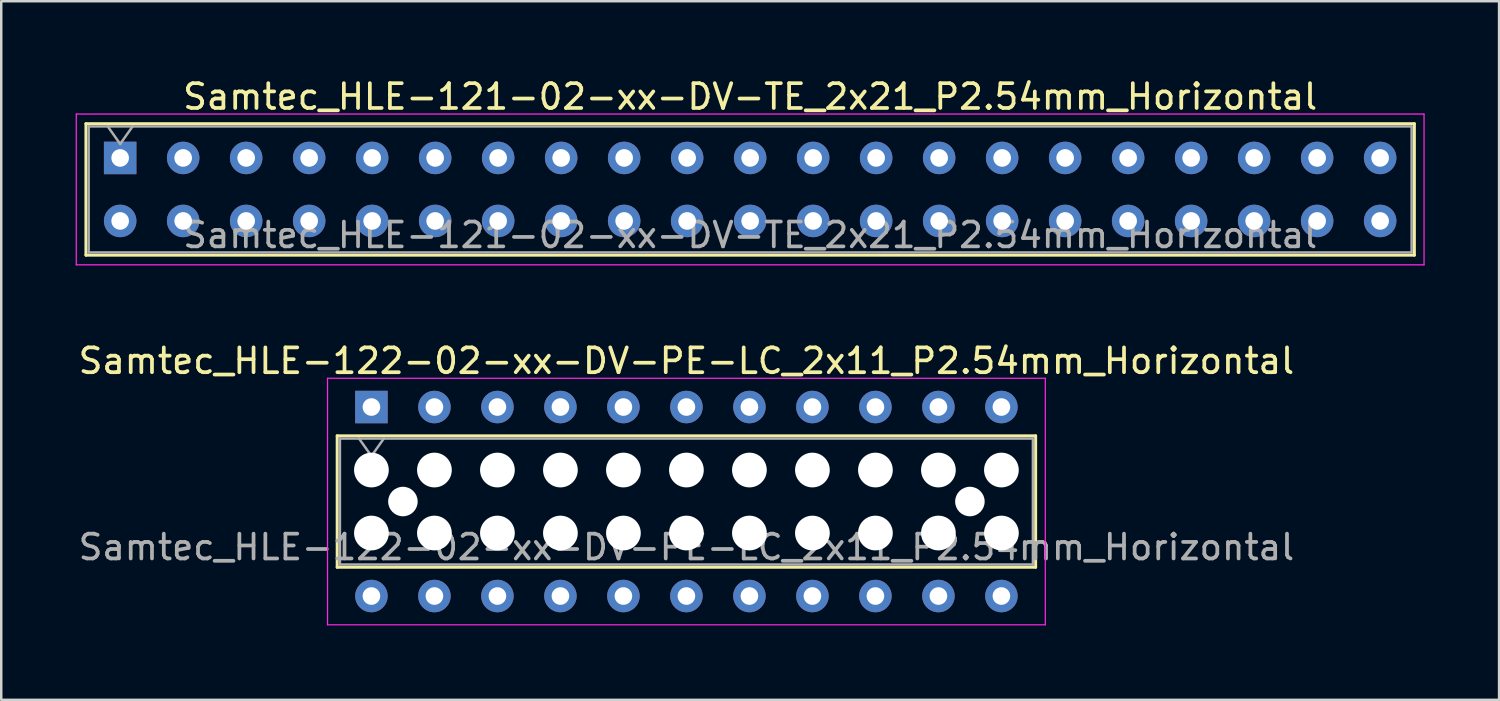
<source format=kicad_pcb>
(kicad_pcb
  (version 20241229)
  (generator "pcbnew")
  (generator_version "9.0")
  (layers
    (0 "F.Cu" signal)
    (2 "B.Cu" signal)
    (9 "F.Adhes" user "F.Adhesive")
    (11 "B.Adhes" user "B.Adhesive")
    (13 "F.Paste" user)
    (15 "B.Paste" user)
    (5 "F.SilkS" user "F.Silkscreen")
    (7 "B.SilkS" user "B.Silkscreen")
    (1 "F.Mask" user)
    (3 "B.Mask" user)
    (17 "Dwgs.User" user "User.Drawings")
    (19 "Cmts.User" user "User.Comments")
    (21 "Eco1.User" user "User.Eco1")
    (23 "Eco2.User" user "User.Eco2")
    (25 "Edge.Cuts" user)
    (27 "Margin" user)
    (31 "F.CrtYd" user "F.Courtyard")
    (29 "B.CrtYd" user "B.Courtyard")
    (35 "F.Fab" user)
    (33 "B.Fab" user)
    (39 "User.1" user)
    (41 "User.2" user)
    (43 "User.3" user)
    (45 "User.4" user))
  (footprint "Samtec_HLE-121-02-xx-DV-TE_2x21_P2.54mm_Horizontal"
    (layer "F.Cu")
    (at 1.795 3.318)
    (property "Reference" "Samtec_HLE-121-02-xx-DV-TE_2x21_P2.54mm_Horizontal" (at 25.4 -2.47 0) (layer "F.SilkS") (effects (font (size 1 1) (thickness 0.15))))
    (attr through_hole)
    (fp_line (start -1.38 -1.38) (end 52.18 -1.38) (stroke (width 0.12) (type solid)) (layer "F.SilkS"))
    (fp_line (start -1.38 3.92) (end -1.38 -1.38) (stroke (width 0.12) (type solid)) (layer "F.SilkS"))
    (fp_line (start 52.18 -1.38) (end 52.18 3.92) (stroke (width 0.12) (type solid)) (layer "F.SilkS"))
    (fp_line (start 52.18 3.92) (end -1.38 3.92) (stroke (width 0.12) (type solid)) (layer "F.SilkS"))
    (fp_line (start -1.77 -1.77) (end 52.57 -1.77) (stroke (width 0.05) (type solid)) (layer "F.CrtYd"))
    (fp_line (start -1.77 4.31) (end -1.77 -1.77) (stroke (width 0.05) (type solid)) (layer "F.CrtYd"))
    (fp_line (start 52.57 -1.77) (end 52.57 4.31) (stroke (width 0.05) (type solid)) (layer "F.CrtYd"))
    (fp_line (start 52.57 4.31) (end -1.77 4.31) (stroke (width 0.05) (type solid)) (layer "F.CrtYd"))
    (fp_line (start -1.27 -1.27) (end 52.07 -1.27) (stroke (width 0.1) (type solid)) (layer "F.Fab"))
    (fp_line (start -1.27 3.81) (end -1.27 -1.27) (stroke (width 0.1) (type solid)) (layer "F.Fab"))
    (fp_line (start -0.5 -1.27) (end 0 -0.563) (stroke (width 0.1) (type solid)) (layer "F.Fab"))
    (fp_line (start 0 -0.563) (end 0.5 -1.27) (stroke (width 0.1) (type solid)) (layer "F.Fab"))
    (fp_line (start 52.07 -1.27) (end 52.07 3.81) (stroke (width 0.1) (type solid)) (layer "F.Fab"))
    (fp_line (start 52.07 3.81) (end -1.27 3.81) (stroke (width 0.1) (type solid)) (layer "F.Fab"))
    (fp_text user "${REFERENCE}" (at 25.4 3.11 0) (layer "F.Fab") (effects (font (size 1 1) (thickness 0.15))))
    (pad "1" thru_hole rect (at 0 0) (size 1.31 1.31) (drill 0.71) (layers "*.Cu" "*.Mask"))
    (pad "2" thru_hole circle (at 0 2.54) (size 1.31 1.31) (drill 0.71) (layers "*.Cu" "*.Mask"))
    (pad "3" thru_hole circle (at 2.54 0) (size 1.31 1.31) (drill 0.71) (layers "*.Cu" "*.Mask"))
    (pad "4" thru_hole circle (at 2.54 2.54) (size 1.31 1.31) (drill 0.71) (layers "*.Cu" "*.Mask"))
    (pad "5" thru_hole circle (at 5.08 0) (size 1.31 1.31) (drill 0.71) (layers "*.Cu" "*.Mask"))
    (pad "6" thru_hole circle (at 5.08 2.54) (size 1.31 1.31) (drill 0.71) (layers "*.Cu" "*.Mask"))
    (pad "7" thru_hole circle (at 7.62 0) (size 1.31 1.31) (drill 0.71) (layers "*.Cu" "*.Mask"))
    (pad "8" thru_hole circle (at 7.62 2.54) (size 1.31 1.31) (drill 0.71) (layers "*.Cu" "*.Mask"))
    (pad "9" thru_hole circle (at 10.16 0) (size 1.31 1.31) (drill 0.71) (layers "*.Cu" "*.Mask"))
    (pad "10" thru_hole circle (at 10.16 2.54) (size 1.31 1.31) (drill 0.71) (layers "*.Cu" "*.Mask"))
    (pad "11" thru_hole circle (at 12.7 0) (size 1.31 1.31) (drill 0.71) (layers "*.Cu" "*.Mask"))
    (pad "12" thru_hole circle (at 12.7 2.54) (size 1.31 1.31) (drill 0.71) (layers "*.Cu" "*.Mask"))
    (pad "13" thru_hole circle (at 15.24 0) (size 1.31 1.31) (drill 0.71) (layers "*.Cu" "*.Mask"))
    (pad "14" thru_hole circle (at 15.24 2.54) (size 1.31 1.31) (drill 0.71) (layers "*.Cu" "*.Mask"))
    (pad "15" thru_hole circle (at 17.78 0) (size 1.31 1.31) (drill 0.71) (layers "*.Cu" "*.Mask"))
    (pad "16" thru_hole circle (at 17.78 2.54) (size 1.31 1.31) (drill 0.71) (layers "*.Cu" "*.Mask"))
    (pad "17" thru_hole circle (at 20.32 0) (size 1.31 1.31) (drill 0.71) (layers "*.Cu" "*.Mask"))
    (pad "18" thru_hole circle (at 20.32 2.54) (size 1.31 1.31) (drill 0.71) (layers "*.Cu" "*.Mask"))
    (pad "19" thru_hole circle (at 22.86 0) (size 1.31 1.31) (drill 0.71) (layers "*.Cu" "*.Mask"))
    (pad "20" thru_hole circle (at 22.86 2.54) (size 1.31 1.31) (drill 0.71) (layers "*.Cu" "*.Mask"))
    (pad "21" thru_hole circle (at 25.4 0) (size 1.31 1.31) (drill 0.71) (layers "*.Cu" "*.Mask"))
    (pad "22" thru_hole circle (at 25.4 2.54) (size 1.31 1.31) (drill 0.71) (layers "*.Cu" "*.Mask"))
    (pad "23" thru_hole circle (at 27.94 0) (size 1.31 1.31) (drill 0.71) (layers "*.Cu" "*.Mask"))
    (pad "24" thru_hole circle (at 27.94 2.54) (size 1.31 1.31) (drill 0.71) (layers "*.Cu" "*.Mask"))
    (pad "25" thru_hole circle (at 30.48 0) (size 1.31 1.31) (drill 0.71) (layers "*.Cu" "*.Mask"))
    (pad "26" thru_hole circle (at 30.48 2.54) (size 1.31 1.31) (drill 0.71) (layers "*.Cu" "*.Mask"))
    (pad "27" thru_hole circle (at 33.02 0) (size 1.31 1.31) (drill 0.71) (layers "*.Cu" "*.Mask"))
    (pad "28" thru_hole circle (at 33.02 2.54) (size 1.31 1.31) (drill 0.71) (layers "*.Cu" "*.Mask"))
    (pad "29" thru_hole circle (at 35.56 0) (size 1.31 1.31) (drill 0.71) (layers "*.Cu" "*.Mask"))
    (pad "30" thru_hole circle (at 35.56 2.54) (size 1.31 1.31) (drill 0.71) (layers "*.Cu" "*.Mask"))
    (pad "31" thru_hole circle (at 38.1 0) (size 1.31 1.31) (drill 0.71) (layers "*.Cu" "*.Mask"))
    (pad "32" thru_hole circle (at 38.1 2.54) (size 1.31 1.31) (drill 0.71) (layers "*.Cu" "*.Mask"))
    (pad "33" thru_hole circle (at 40.64 0) (size 1.31 1.31) (drill 0.71) (layers "*.Cu" "*.Mask"))
    (pad "34" thru_hole circle (at 40.64 2.54) (size 1.31 1.31) (drill 0.71) (layers "*.Cu" "*.Mask"))
    (pad "35" thru_hole circle (at 43.18 0) (size 1.31 1.31) (drill 0.71) (layers "*.Cu" "*.Mask"))
    (pad "36" thru_hole circle (at 43.18 2.54) (size 1.31 1.31) (drill 0.71) (layers "*.Cu" "*.Mask"))
    (pad "37" thru_hole circle (at 45.72 0) (size 1.31 1.31) (drill 0.71) (layers "*.Cu" "*.Mask"))
    (pad "38" thru_hole circle (at 45.72 2.54) (size 1.31 1.31) (drill 0.71) (layers "*.Cu" "*.Mask"))
    (pad "39" thru_hole circle (at 48.26 0) (size 1.31 1.31) (drill 0.71) (layers "*.Cu" "*.Mask"))
    (pad "40" thru_hole circle (at 48.26 2.54) (size 1.31 1.31) (drill 0.71) (layers "*.Cu" "*.Mask"))
    (pad "41" thru_hole circle (at 50.8 0) (size 1.31 1.31) (drill 0.71) (layers "*.Cu" "*.Mask"))
    (pad "42" thru_hole circle (at 50.8 2.54) (size 1.31 1.31) (drill 0.71) (layers "*.Cu" "*.Mask")))
  (footprint "Samtec_HLE-122-02-xx-DV-PE-LC_2x11_P2.54mm_Horizontal"
    (layer "F.Cu")
    (at 11.925 13.361)
    (property "Reference" "Samtec_HLE-122-02-xx-DV-PE-LC_2x11_P2.54mm_Horizontal" (at 12.7 -1.86 0) (layer "F.SilkS") (effects (font (size 1 1) (thickness 0.15))))
    (attr through_hole)
    (fp_line (start -1.38 1.16) (end 26.78 1.16) (stroke (width 0.12) (type solid)) (layer "F.SilkS"))
    (fp_line (start -1.38 6.46) (end -1.38 1.16) (stroke (width 0.12) (type solid)) (layer "F.SilkS"))
    (fp_line (start 26.78 1.16) (end 26.78 6.46) (stroke (width 0.12) (type solid)) (layer "F.SilkS"))
    (fp_line (start 26.78 6.46) (end -1.38 6.46) (stroke (width 0.12) (type solid)) (layer "F.SilkS"))
    (fp_line (start -1.77 -1.16) (end 27.17 -1.16) (stroke (width 0.05) (type solid)) (layer "F.CrtYd"))
    (fp_line (start -1.77 8.78) (end -1.77 -1.16) (stroke (width 0.05) (type solid)) (layer "F.CrtYd"))
    (fp_line (start 27.17 -1.16) (end 27.17 8.78) (stroke (width 0.05) (type solid)) (layer "F.CrtYd"))
    (fp_line (start 27.17 8.78) (end -1.77 8.78) (stroke (width 0.05) (type solid)) (layer "F.CrtYd"))
    (fp_line (start -1.27 1.27) (end 26.67 1.27) (stroke (width 0.1) (type solid)) (layer "F.Fab"))
    (fp_line (start -1.27 6.35) (end -1.27 1.27) (stroke (width 0.1) (type solid)) (layer "F.Fab"))
    (fp_line (start -0.5 1.27) (end 0 1.977) (stroke (width 0.1) (type solid)) (layer "F.Fab"))
    (fp_line (start 0 1.977) (end 0.5 1.27) (stroke (width 0.1) (type solid)) (layer "F.Fab"))
    (fp_line (start 26.67 1.27) (end 26.67 6.35) (stroke (width 0.1) (type solid)) (layer "F.Fab"))
    (fp_line (start 26.67 6.35) (end -1.27 6.35) (stroke (width 0.1) (type solid)) (layer "F.Fab"))
    (fp_text user "${REFERENCE}" (at 12.7 5.65 0) (layer "F.Fab") (effects (font (size 1 1) (thickness 0.15))))
    (pad "" np_thru_hole circle (at 0 2.54) (size 1.4 1.4) (drill 1.4) (layers "*.Cu" "*.Mask"))
    (pad "" np_thru_hole circle (at 0 5.08) (size 1.4 1.4) (drill 1.4) (layers "*.Cu" "*.Mask"))
    (pad "" np_thru_hole circle (at 1.27 3.81) (size 1.19 1.19) (drill 1.19) (layers "*.Cu" "*.Mask"))
    (pad "" np_thru_hole circle (at 2.54 2.54) (size 1.4 1.4) (drill 1.4) (layers "*.Cu" "*.Mask"))
    (pad "" np_thru_hole circle (at 2.54 5.08) (size 1.4 1.4) (drill 1.4) (layers "*.Cu" "*.Mask"))
    (pad "" np_thru_hole circle (at 5.08 2.54) (size 1.4 1.4) (drill 1.4) (layers "*.Cu" "*.Mask"))
    (pad "" np_thru_hole circle (at 5.08 5.08) (size 1.4 1.4) (drill 1.4) (layers "*.Cu" "*.Mask"))
    (pad "" np_thru_hole circle (at 7.62 2.54) (size 1.4 1.4) (drill 1.4) (layers "*.Cu" "*.Mask"))
    (pad "" np_thru_hole circle (at 7.62 5.08) (size 1.4 1.4) (drill 1.4) (layers "*.Cu" "*.Mask"))
    (pad "" np_thru_hole circle (at 10.16 2.54) (size 1.4 1.4) (drill 1.4) (layers "*.Cu" "*.Mask"))
    (pad "" np_thru_hole circle (at 10.16 5.08) (size 1.4 1.4) (drill 1.4) (layers "*.Cu" "*.Mask"))
    (pad "" np_thru_hole circle (at 12.7 2.54) (size 1.4 1.4) (drill 1.4) (layers "*.Cu" "*.Mask"))
    (pad "" np_thru_hole circle (at 12.7 5.08) (size 1.4 1.4) (drill 1.4) (layers "*.Cu" "*.Mask"))
    (pad "" np_thru_hole circle (at 15.24 2.54) (size 1.4 1.4) (drill 1.4) (layers "*.Cu" "*.Mask"))
    (pad "" np_thru_hole circle (at 15.24 5.08) (size 1.4 1.4) (drill 1.4) (layers "*.Cu" "*.Mask"))
    (pad "" np_thru_hole circle (at 17.78 2.54) (size 1.4 1.4) (drill 1.4) (layers "*.Cu" "*.Mask"))
    (pad "" np_thru_hole circle (at 17.78 5.08) (size 1.4 1.4) (drill 1.4) (layers "*.Cu" "*.Mask"))
    (pad "" np_thru_hole circle (at 20.32 2.54) (size 1.4 1.4) (drill 1.4) (layers "*.Cu" "*.Mask"))
    (pad "" np_thru_hole circle (at 20.32 5.08) (size 1.4 1.4) (drill 1.4) (layers "*.Cu" "*.Mask"))
    (pad "" np_thru_hole circle (at 22.86 2.54) (size 1.4 1.4) (drill 1.4) (layers "*.Cu" "*.Mask"))
    (pad "" np_thru_hole circle (at 22.86 5.08) (size 1.4 1.4) (drill 1.4) (layers "*.Cu" "*.Mask"))
    (pad "" np_thru_hole circle (at 24.13 3.81) (size 1.19 1.19) (drill 1.19) (layers "*.Cu" "*.Mask"))
    (pad "" np_thru_hole circle (at 25.4 2.54) (size 1.4 1.4) (drill 1.4) (layers "*.Cu" "*.Mask"))
    (pad "" np_thru_hole circle (at 25.4 5.08) (size 1.4 1.4) (drill 1.4) (layers "*.Cu" "*.Mask"))
    (pad "1" thru_hole rect (at 0 0) (size 1.31 1.31) (drill 0.71) (layers "*.Cu" "*.Mask"))
    (pad "2" thru_hole circle (at 0 7.62) (size 1.31 1.31) (drill 0.71) (layers "*.Cu" "*.Mask"))
    (pad "3" thru_hole circle (at 2.54 0) (size 1.31 1.31) (drill 0.71) (layers "*.Cu" "*.Mask"))
    (pad "4" thru_hole circle (at 2.54 7.62) (size 1.31 1.31) (drill 0.71) (layers "*.Cu" "*.Mask"))
    (pad "5" thru_hole circle (at 5.08 0) (size 1.31 1.31) (drill 0.71) (layers "*.Cu" "*.Mask"))
    (pad "6" thru_hole circle (at 5.08 7.62) (size 1.31 1.31) (drill 0.71) (layers "*.Cu" "*.Mask"))
    (pad "7" thru_hole circle (at 7.62 0) (size 1.31 1.31) (drill 0.71) (layers "*.Cu" "*.Mask"))
    (pad "8" thru_hole circle (at 7.62 7.62) (size 1.31 1.31) (drill 0.71) (layers "*.Cu" "*.Mask"))
    (pad "9" thru_hole circle (at 10.16 0) (size 1.31 1.31) (drill 0.71) (layers "*.Cu" "*.Mask"))
    (pad "10" thru_hole circle (at 10.16 7.62) (size 1.31 1.31) (drill 0.71) (layers "*.Cu" "*.Mask"))
    (pad "11" thru_hole circle (at 12.7 0) (size 1.31 1.31) (drill 0.71) (layers "*.Cu" "*.Mask"))
    (pad "12" thru_hole circle (at 12.7 7.62) (size 1.31 1.31) (drill 0.71) (layers "*.Cu" "*.Mask"))
    (pad "13" thru_hole circle (at 15.24 0) (size 1.31 1.31) (drill 0.71) (layers "*.Cu" "*.Mask"))
    (pad "14" thru_hole circle (at 15.24 7.62) (size 1.31 1.31) (drill 0.71) (layers "*.Cu" "*.Mask"))
    (pad "15" thru_hole circle (at 17.78 0) (size 1.31 1.31) (drill 0.71) (layers "*.Cu" "*.Mask"))
    (pad "16" thru_hole circle (at 17.78 7.62) (size 1.31 1.31) (drill 0.71) (layers "*.Cu" "*.Mask"))
    (pad "17" thru_hole circle (at 20.32 0) (size 1.31 1.31) (drill 0.71) (layers "*.Cu" "*.Mask"))
    (pad "18" thru_hole circle (at 20.32 7.62) (size 1.31 1.31) (drill 0.71) (layers "*.Cu" "*.Mask"))
    (pad "19" thru_hole circle (at 22.86 0) (size 1.31 1.31) (drill 0.71) (layers "*.Cu" "*.Mask"))
    (pad "20" thru_hole circle (at 22.86 7.62) (size 1.31 1.31) (drill 0.71) (layers "*.Cu" "*.Mask"))
    (pad "21" thru_hole circle (at 25.4 0) (size 1.31 1.31) (drill 0.71) (layers "*.Cu" "*.Mask"))
    (pad "22" thru_hole circle (at 25.4 7.62) (size 1.31 1.31) (drill 0.71) (layers "*.Cu" "*.Mask")))
  (gr_rect
    (start -3 -3)
    (end 57.39 25.166)
    (stroke (width 0.1) (type default))
    (fill no)
    (layer "Edge.Cuts")))
</source>
